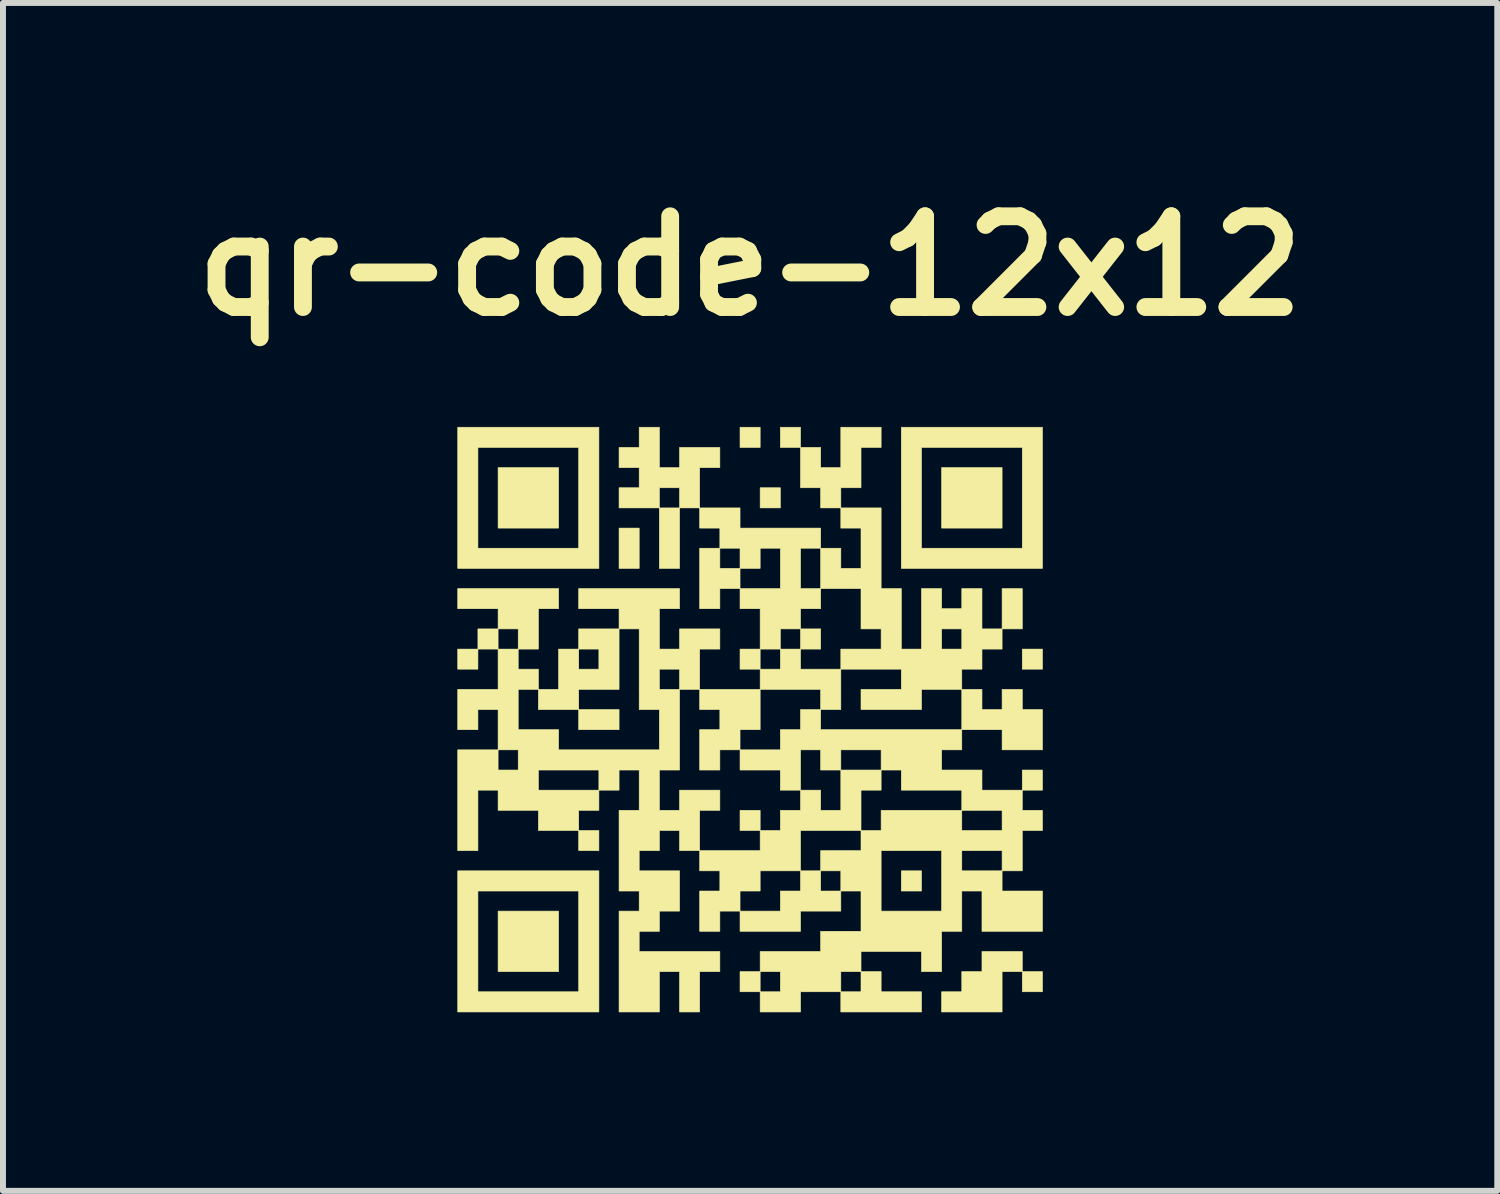
<source format=kicad_pcb>
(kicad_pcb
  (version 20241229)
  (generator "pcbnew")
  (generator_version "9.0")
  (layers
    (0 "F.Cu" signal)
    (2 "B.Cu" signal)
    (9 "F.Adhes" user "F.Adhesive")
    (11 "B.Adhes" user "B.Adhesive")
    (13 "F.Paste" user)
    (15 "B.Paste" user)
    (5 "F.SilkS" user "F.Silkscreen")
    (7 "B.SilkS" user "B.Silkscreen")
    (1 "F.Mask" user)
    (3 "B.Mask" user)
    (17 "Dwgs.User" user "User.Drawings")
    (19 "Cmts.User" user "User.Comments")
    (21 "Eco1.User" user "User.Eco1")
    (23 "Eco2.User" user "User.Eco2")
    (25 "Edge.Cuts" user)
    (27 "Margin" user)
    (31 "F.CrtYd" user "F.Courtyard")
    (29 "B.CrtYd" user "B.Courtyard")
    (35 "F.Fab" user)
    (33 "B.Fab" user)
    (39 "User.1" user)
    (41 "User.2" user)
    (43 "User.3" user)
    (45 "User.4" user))
  (footprint "qr-code-12x12"
    (layer "F.Cu")
    (at 9.55 9.038)
    (property "Reference" "qr-code-12x12" (at 0 -7.62 0) (layer "F.SilkS") (effects (font (size 1.524 1.524) (thickness 0.3))))
    (attr through_hole)
    (fp_poly (pts (xy -4.572 -0.847) (xy -4.911 -0.847) (xy -4.911 -1.185) (xy -4.572 -1.185) (xy -4.572 -0.847)) (stroke (width 0.01) (type solid)) (fill yes) (layer "F.SilkS"))
    (fp_poly (pts (xy -3.217 -3.217) (xy -4.233 -3.217) (xy -4.233 -4.233) (xy -3.217 -4.233) (xy -3.217 -3.217)) (stroke (width 0.01) (type solid)) (fill yes) (layer "F.SilkS"))
    (fp_poly (pts (xy -3.217 4.233) (xy -4.233 4.233) (xy -4.233 3.217) (xy -3.217 3.217) (xy -3.217 4.233)) (stroke (width 0.01) (type solid)) (fill yes) (layer "F.SilkS"))
    (fp_poly (pts (xy -2.54 1.863) (xy -2.54 2.201) (xy -2.879 2.201) (xy -2.879 1.863) (xy -2.54 1.863)) (stroke (width 0.01) (type solid)) (fill yes) (layer "F.SilkS"))
    (fp_poly (pts (xy -2.201 0.169) (xy -2.879 0.169) (xy -2.879 -0.169) (xy -2.201 -0.169) (xy -2.201 0.169)) (stroke (width 0.01) (type solid)) (fill yes) (layer "F.SilkS"))
    (fp_poly (pts (xy -1.863 -2.54) (xy -2.201 -2.54) (xy -2.201 -3.217) (xy -1.863 -3.217) (xy -1.863 -2.54)) (stroke (width 0.01) (type solid)) (fill yes) (layer "F.SilkS"))
    (fp_poly (pts (xy -0.169 -0.847) (xy -0.169 -1.185) (xy 0.169 -1.185) (xy 0.169 -0.847) (xy -0.169 -0.847)) (stroke (width 0.01) (type solid)) (fill yes) (layer "F.SilkS"))
    (fp_poly (pts (xy 0.169 -4.572) (xy -0.169 -4.572) (xy -0.169 -4.911) (xy 0.169 -4.911) (xy 0.169 -4.572)) (stroke (width 0.01) (type solid)) (fill yes) (layer "F.SilkS"))
    (fp_poly (pts (xy 0.169 1.863) (xy -0.169 1.863) (xy -0.169 1.524) (xy 0.169 1.524) (xy 0.169 1.863)) (stroke (width 0.01) (type solid)) (fill yes) (layer "F.SilkS"))
    (fp_poly (pts (xy 0.508 -4.572) (xy 0.508 -4.911) (xy 0.847 -4.911) (xy 0.847 -4.572) (xy 0.508 -4.572)) (stroke (width 0.01) (type solid)) (fill yes) (layer "F.SilkS"))
    (fp_poly (pts (xy 0.508 -3.556) (xy 0.169 -3.556) (xy 0.169 -3.895) (xy 0.508 -3.895) (xy 0.508 -3.556)) (stroke (width 0.01) (type solid)) (fill yes) (layer "F.SilkS"))
    (fp_poly (pts (xy 1.185 -1.185) (xy 0.847 -1.185) (xy 0.847 -1.524) (xy 1.185 -1.524) (xy 1.185 -1.185)) (stroke (width 0.01) (type solid)) (fill yes) (layer "F.SilkS"))
    (fp_poly (pts (xy 2.879 2.879) (xy 2.54 2.879) (xy 2.54 2.54) (xy 2.879 2.54) (xy 2.879 2.879)) (stroke (width 0.01) (type solid)) (fill yes) (layer "F.SilkS"))
    (fp_poly (pts (xy 4.233 -3.217) (xy 3.217 -3.217) (xy 3.217 -4.233) (xy 4.233 -4.233) (xy 4.233 -3.217)) (stroke (width 0.01) (type solid)) (fill yes) (layer "F.SilkS"))
    (fp_poly (pts (xy 4.233 -2.201) (xy 4.572 -2.201) (xy 4.572 -1.524) (xy 4.233 -1.524) (xy 4.233 -2.201)) (stroke (width 0.01) (type solid)) (fill yes) (layer "F.SilkS"))
    (fp_poly (pts (xy 4.572 0.847) (xy 4.911 0.847) (xy 4.911 1.185) (xy 4.572 1.185) (xy 4.572 0.847)) (stroke (width 0.01) (type solid)) (fill yes) (layer "F.SilkS"))
    (fp_poly (pts (xy 4.911 -0.847) (xy 4.572 -0.847) (xy 4.572 -1.185) (xy 4.911 -1.185) (xy 4.911 -0.847)) (stroke (width 0.01) (type solid)) (fill yes) (layer "F.SilkS"))
    (fp_poly (pts (xy 4.911 4.572) (xy 4.572 4.572) (xy 4.572 4.233) (xy 4.911 4.233) (xy 4.911 4.572)) (stroke (width 0.01) (type solid)) (fill yes) (layer "F.SilkS"))
    (fp_poly (pts (xy 1.863 4.572) (xy 1.863 4.233) (xy 2.201 4.233) (xy 2.201 4.572) (xy 2.879 4.572) (xy 2.879 4.911) (xy 1.524 4.911) (xy 1.524 4.572) (xy 1.863 4.572)) (stroke (width 0.01) (type solid)) (fill yes) (layer "F.SilkS"))
    (fp_poly (pts (xy 0.169 -0.847) (xy 0.508 -0.847) (xy 0.508 -1.185) (xy 0.847 -1.185) (xy 0.847 -0.847) (xy 1.524 -0.847) (xy 1.524 -0.169) (xy 1.185 -0.169) (xy 1.185 -0.508) (xy 0.169 -0.508) (xy 0.169 -0.847)) (stroke (width 0.01) (type solid)) (fill yes) (layer "F.SilkS"))
    (fp_poly (pts (xy 4.572 4.233) (xy 4.233 4.233) (xy 4.233 4.911) (xy 3.217 4.911) (xy 3.217 4.572) (xy 3.556 4.572) (xy 3.556 4.233) (xy 3.895 4.233) (xy 3.895 3.895) (xy 4.572 3.895) (xy 4.572 4.233)) (stroke (width 0.01) (type solid)) (fill yes) (layer "F.SilkS"))
    (fp_poly (pts (xy -2.54 -2.54) (xy -4.911 -2.54) (xy -4.911 -4.572) (xy -4.572 -4.572) (xy -4.572 -2.879) (xy -2.879 -2.879) (xy -2.879 -4.572) (xy -4.572 -4.572) (xy -4.911 -4.572) (xy -4.911 -4.911) (xy -2.54 -4.911) (xy -2.54 -2.54)) (stroke (width 0.01) (type solid)) (fill yes) (layer "F.SilkS"))
    (fp_poly (pts (xy -2.54 4.911) (xy -4.911 4.911) (xy -4.911 2.879) (xy -4.572 2.879) (xy -4.572 4.572) (xy -2.879 4.572) (xy -2.879 2.879) (xy -4.572 2.879) (xy -4.911 2.879) (xy -4.911 2.54) (xy -2.54 2.54) (xy -2.54 4.911)) (stroke (width 0.01) (type solid)) (fill yes) (layer "F.SilkS"))
    (fp_poly (pts (xy 4.911 -2.54) (xy 2.54 -2.54) (xy 2.54 -4.572) (xy 2.879 -4.572) (xy 2.879 -2.879) (xy 4.572 -2.879) (xy 4.572 -4.572) (xy 2.879 -4.572) (xy 2.54 -4.572) (xy 2.54 -4.911) (xy 4.911 -4.911) (xy 4.911 -2.54)) (stroke (width 0.01) (type solid)) (fill yes) (layer "F.SilkS"))
    (fp_poly (pts (xy 0.169 -0.508) (xy 0.169 0.169) (xy -0.169 0.169) (xy -0.169 0.508) (xy -0.508 0.508) (xy -0.508 0.847) (xy -0.847 0.847) (xy -0.847 0.169) (xy -0.508 0.169) (xy -0.508 -0.169) (xy -0.847 -0.169) (xy -0.847 -0.508) (xy 0.169 -0.508)) (stroke (width 0.01) (type solid)) (fill yes) (layer "F.SilkS"))
    (fp_poly (pts (xy 3.556 -0.508) (xy 3.895 -0.508) (xy 3.895 -0.169) (xy 4.233 -0.169) (xy 4.233 -0.508) (xy 4.572 -0.508) (xy 4.572 -0.169) (xy 4.911 -0.169) (xy 4.911 0.508) (xy 4.233 0.508) (xy 4.233 0.169) (xy 3.556 0.169) (xy 3.556 -0.508)) (stroke (width 0.01) (type solid)) (fill yes) (layer "F.SilkS"))
    (fp_poly (pts (xy 1.185 -3.556) (xy 1.185 -3.895) (xy 0.847 -3.895) (xy 0.847 -4.572) (xy 1.185 -4.572) (xy 1.185 -4.233) (xy 1.524 -4.233) (xy 1.524 -4.911) (xy 2.201 -4.911) (xy 2.201 -4.572) (xy 1.863 -4.572) (xy 1.863 -3.895) (xy 1.524 -3.895) (xy 1.524 -3.556) (xy 1.185 -3.556)) (stroke (width 0.01) (type solid)) (fill yes) (layer "F.SilkS"))
    (fp_poly (pts (xy -1.524 -4.233) (xy -1.185 -4.233) (xy -1.185 -4.572) (xy -0.508 -4.572) (xy -0.508 -4.233) (xy -0.847 -4.233) (xy -0.847 -3.556) (xy -1.185 -3.556) (xy -1.185 -2.54) (xy -1.524 -2.54) (xy -1.524 -3.556) (xy -2.201 -3.556) (xy -2.201 -3.895) (xy -1.863 -3.895) (xy -1.524 -3.895) (xy -1.524 -3.556) (xy -1.185 -3.556) (xy -1.185 -3.895) (xy -1.524 -3.895) (xy -1.863 -3.895) (xy -1.863 -4.233) (xy -2.201 -4.233) (xy -2.201 -4.572) (xy -1.863 -4.572) (xy -1.863 -4.911) (xy -1.524 -4.911) (xy -1.524 -4.233)) (stroke (width 0.01) (type solid)) (fill yes) (layer "F.SilkS"))
    (fp_poly (pts (xy 0.169 -1.863) (xy -0.169 -1.863) (xy -0.169 -2.201) (xy 0.508 -2.201) (xy 0.508 -2.879) (xy 0.169 -2.879) (xy 0.169 -2.54) (xy -0.169 -2.54) (xy -0.169 -2.201) (xy -0.508 -2.201) (xy -0.508 -1.863) (xy -0.847 -1.863) (xy -0.847 -2.879) (xy -0.508 -2.879) (xy -0.508 -2.54) (xy -0.169 -2.54) (xy -0.169 -2.879) (xy -0.508 -2.879) (xy -0.508 -3.217) (xy -0.847 -3.217) (xy -0.847 -3.556) (xy -0.169 -3.556) (xy -0.169 -3.217) (xy 1.185 -3.217) (xy 1.185 -2.879) (xy 0.847 -2.879) (xy 0.847 -2.201) (xy 1.185 -2.201) (xy 1.185 -1.863) (xy 0.847 -1.863) (xy 0.847 -1.524) (xy 0.508 -1.524) (xy 0.508 -1.185) (xy 0.169 -1.185) (xy 0.169 -1.863)) (stroke (width 0.01) (type solid)) (fill yes) (layer "F.SilkS"))
    (fp_poly (pts (xy 4.233 -1.185) (xy 3.895 -1.185) (xy 3.895 -0.847) (xy 3.556 -0.847) (xy 3.556 -0.508) (xy 2.879 -0.508) (xy 2.879 -0.169) (xy 1.863 -0.169) (xy 1.863 -0.508) (xy 2.54 -0.508) (xy 2.54 -0.847) (xy 1.524 -0.847) (xy 1.524 -1.185) (xy 2.201 -1.185) (xy 2.201 -1.524) (xy 1.863 -1.524) (xy 1.863 -2.201) (xy 1.185 -2.201) (xy 1.185 -2.879) (xy 1.524 -2.879) (xy 1.524 -2.54) (xy 1.863 -2.54) (xy 1.863 -3.217) (xy 1.524 -3.217) (xy 1.524 -3.556) (xy 2.201 -3.556) (xy 2.201 -2.201) (xy 2.54 -2.201) (xy 2.54 -1.185) (xy 2.879 -1.185) (xy 2.879 -1.524) (xy 3.217 -1.524) (xy 3.217 -1.185) (xy 3.556 -1.185) (xy 3.556 -1.524) (xy 3.217 -1.524) (xy 2.879 -1.524) (xy 2.879 -2.201) (xy 3.217 -2.201) (xy 3.217 -1.863) (xy 3.556 -1.863) (xy 3.556 -2.201) (xy 3.895 -2.201) (xy 3.895 -1.524) (xy 4.233 -1.524) (xy 4.233 -1.185)) (stroke (width 0.01) (type solid)) (fill yes) (layer "F.SilkS"))
    (fp_poly (pts (xy -1.185 0.847) (xy -1.524 0.847) (xy -1.524 1.524) (xy -1.185 1.524) (xy -1.185 1.185) (xy -0.508 1.185) (xy -0.508 1.524) (xy -0.847 1.524) (xy -0.847 2.201) (xy -1.185 2.201) (xy -1.185 1.863) (xy -1.524 1.863) (xy -1.524 2.201) (xy -1.863 2.201) (xy -1.863 2.54) (xy -1.185 2.54) (xy -1.185 3.217) (xy -1.524 3.217) (xy -1.524 3.556) (xy -1.863 3.556) (xy -1.863 3.895) (xy -0.508 3.895) (xy -0.508 4.233) (xy -0.847 4.233) (xy -0.847 4.911) (xy -1.185 4.911) (xy -1.185 4.233) (xy -1.524 4.233) (xy -1.524 4.911) (xy -2.201 4.911) (xy -2.201 3.217) (xy -1.863 3.217) (xy -1.863 2.879) (xy -2.201 2.879) (xy -2.201 1.524) (xy -1.863 1.524) (xy -1.863 0.847) (xy -2.201 0.847) (xy -2.201 1.185) (xy -2.54 1.185) (xy -2.54 1.524) (xy -2.879 1.524) (xy -2.879 1.863) (xy -3.556 1.863) (xy -3.556 1.524) (xy -4.233 1.524) (xy -4.233 1.185) (xy -4.572 1.185) (xy -4.572 2.201) (xy -4.911 2.201) (xy -4.911 0.508) (xy -4.233 0.508) (xy -4.233 0.847) (xy -3.895 0.847) (xy -3.556 0.847) (xy -3.556 1.185) (xy -2.54 1.185) (xy -2.54 0.847) (xy -3.556 0.847) (xy -3.895 0.847) (xy -3.895 0.508) (xy -4.233 0.508) (xy -4.233 -0.169) (xy -4.572 -0.169) (xy -4.572 0.169) (xy -4.911 0.169) (xy -4.911 -0.508) (xy -4.233 -0.508) (xy -3.895 -0.508) (xy -3.895 0.169) (xy -3.217 0.169) (xy -3.217 0.508) (xy -1.524 0.508) (xy -1.524 -0.169) (xy -1.863 -0.169) (xy -1.863 -0.847) (xy -1.524 -0.847) (xy -1.524 -0.508) (xy -1.185 -0.508) (xy -1.185 -0.847) (xy -1.524 -0.847) (xy -1.863 -0.847) (xy -1.863 -1.524) (xy -2.201 -1.524) (xy -2.201 -0.508) (xy -2.879 -0.508) (xy -2.879 -0.169) (xy -3.556 -0.169) (xy -3.556 -0.508) (xy -3.895 -0.508) (xy -4.233 -0.508) (xy -4.233 -1.185) (xy -4.572 -1.185) (xy -4.572 -1.524) (xy -4.233 -1.524) (xy -4.233 -1.185) (xy -3.895 -1.185) (xy -3.895 -1.524) (xy -4.233 -1.524) (xy -4.233 -1.863) (xy -4.911 -1.863) (xy -4.911 -2.201) (xy -3.217 -2.201) (xy -3.217 -1.863) (xy -3.556 -1.863) (xy -3.556 -1.185) (xy -3.895 -1.185) (xy -3.895 -0.847) (xy -3.556 -0.847) (xy -3.556 -0.508) (xy -3.217 -0.508) (xy -3.217 -1.185) (xy -2.879 -1.185) (xy -2.879 -0.847) (xy -2.54 -0.847) (xy -2.54 -1.185) (xy -2.879 -1.185) (xy -2.879 -1.524) (xy -2.201 -1.524) (xy -2.201 -1.863) (xy -2.879 -1.863) (xy -2.879 -2.201) (xy -1.185 -2.201) (xy -1.185 -1.863) (xy -1.524 -1.863) (xy -1.524 -1.185) (xy -1.185 -1.185) (xy -1.185 -1.524) (xy -0.508 -1.524) (xy -0.508 -1.185) (xy -0.847 -1.185) (xy -0.847 -0.508) (xy -1.185 -0.508) (xy -1.185 0.847)) (stroke (width 0.01) (type solid)) (fill yes) (layer "F.SilkS"))
    (fp_poly (pts (xy 0.508 1.185) (xy 0.508 0.847) (xy -0.169 0.847) (xy -0.169 0.508) (xy 0.508 0.508) (xy 0.847 0.508) (xy 0.847 1.185) (xy 1.185 1.185) (xy 1.185 1.524) (xy 1.524 1.524) (xy 1.524 1.185) (xy 1.863 1.185) (xy 1.863 1.863) (xy 2.201 1.863) (xy 2.201 1.524) (xy 3.556 1.524) (xy 3.556 1.863) (xy 4.233 1.863) (xy 4.233 1.524) (xy 3.556 1.524) (xy 3.556 1.185) (xy 2.54 1.185) (xy 2.54 0.847) (xy 2.201 0.847) (xy 2.201 1.185) (xy 1.863 1.185) (xy 1.524 1.185) (xy 1.524 0.847) (xy 1.185 0.847) (xy 1.185 0.508) (xy 1.524 0.508) (xy 1.524 0.847) (xy 2.201 0.847) (xy 2.201 0.508) (xy 1.524 0.508) (xy 1.185 0.508) (xy 0.847 0.508) (xy 0.508 0.508) (xy 0.508 0.169) (xy 0.847 0.169) (xy 0.847 -0.169) (xy 1.185 -0.169) (xy 1.185 0.169) (xy 3.556 0.169) (xy 3.556 0.508) (xy 3.217 0.508) (xy 3.217 0.847) (xy 3.895 0.847) (xy 3.895 1.185) (xy 4.572 1.185) (xy 4.572 1.524) (xy 4.911 1.524) (xy 4.911 1.863) (xy 4.572 1.863) (xy 4.572 2.54) (xy 4.233 2.54) (xy 4.233 2.879) (xy 4.911 2.879) (xy 4.911 3.556) (xy 3.895 3.556) (xy 3.895 2.879) (xy 3.556 2.879) (xy 3.556 3.556) (xy 3.217 3.556) (xy 3.217 4.233) (xy 2.879 4.233) (xy 2.879 3.895) (xy 1.863 3.895) (xy 1.863 4.233) (xy 1.524 4.233) (xy 1.524 4.572) (xy 0.847 4.572) (xy 0.847 4.911) (xy 0.169 4.911) (xy 0.169 4.572) (xy -0.169 4.572) (xy -0.169 4.233) (xy 0.169 4.233) (xy 0.169 4.572) (xy 0.508 4.572) (xy 0.508 4.233) (xy 0.169 4.233) (xy 0.169 3.895) (xy 1.185 3.895) (xy 1.185 3.556) (xy 1.863 3.556) (xy 1.863 2.879) (xy 1.524 2.879) (xy 1.524 3.217) (xy 0.847 3.217) (xy 0.847 3.556) (xy -0.169 3.556) (xy -0.169 3.217) (xy -0.508 3.217) (xy -0.508 3.556) (xy -0.847 3.556) (xy -0.847 2.879) (xy -0.508 2.879) (xy -0.169 2.879) (xy -0.169 3.217) (xy 0.508 3.217) (xy 0.508 2.879) (xy 0.847 2.879) (xy 0.847 2.54) (xy 0.169 2.54) (xy 0.169 2.879) (xy -0.169 2.879) (xy -0.508 2.879) (xy -0.508 2.54) (xy -0.847 2.54) (xy -0.847 2.201) (xy 0.169 2.201) (xy 0.169 1.863) (xy 0.508 1.863) (xy 0.847 1.863) (xy 0.847 2.54) (xy 1.185 2.54) (xy 1.185 2.879) (xy 1.524 2.879) (xy 1.524 2.54) (xy 1.185 2.54) (xy 1.185 2.201) (xy 1.863 2.201) (xy 2.201 2.201) (xy 2.201 3.217) (xy 3.217 3.217) (xy 3.217 2.201) (xy 3.556 2.201) (xy 3.556 2.54) (xy 4.233 2.54) (xy 4.233 2.201) (xy 3.556 2.201) (xy 3.217 2.201) (xy 2.201 2.201) (xy 1.863 2.201) (xy 1.863 1.863) (xy 0.847 1.863) (xy 0.508 1.863) (xy 0.508 1.524) (xy 0.847 1.524) (xy 0.847 1.185) (xy 0.508 1.185)) (stroke (width 0.01) (type solid)) (fill yes) (layer "F.SilkS")))
  (gr_rect
    (start -3 -3)
    (end 22.101 16.954)
    (stroke (width 0.1) (type default))
    (fill no)
    (layer "Edge.Cuts")))
</source>
